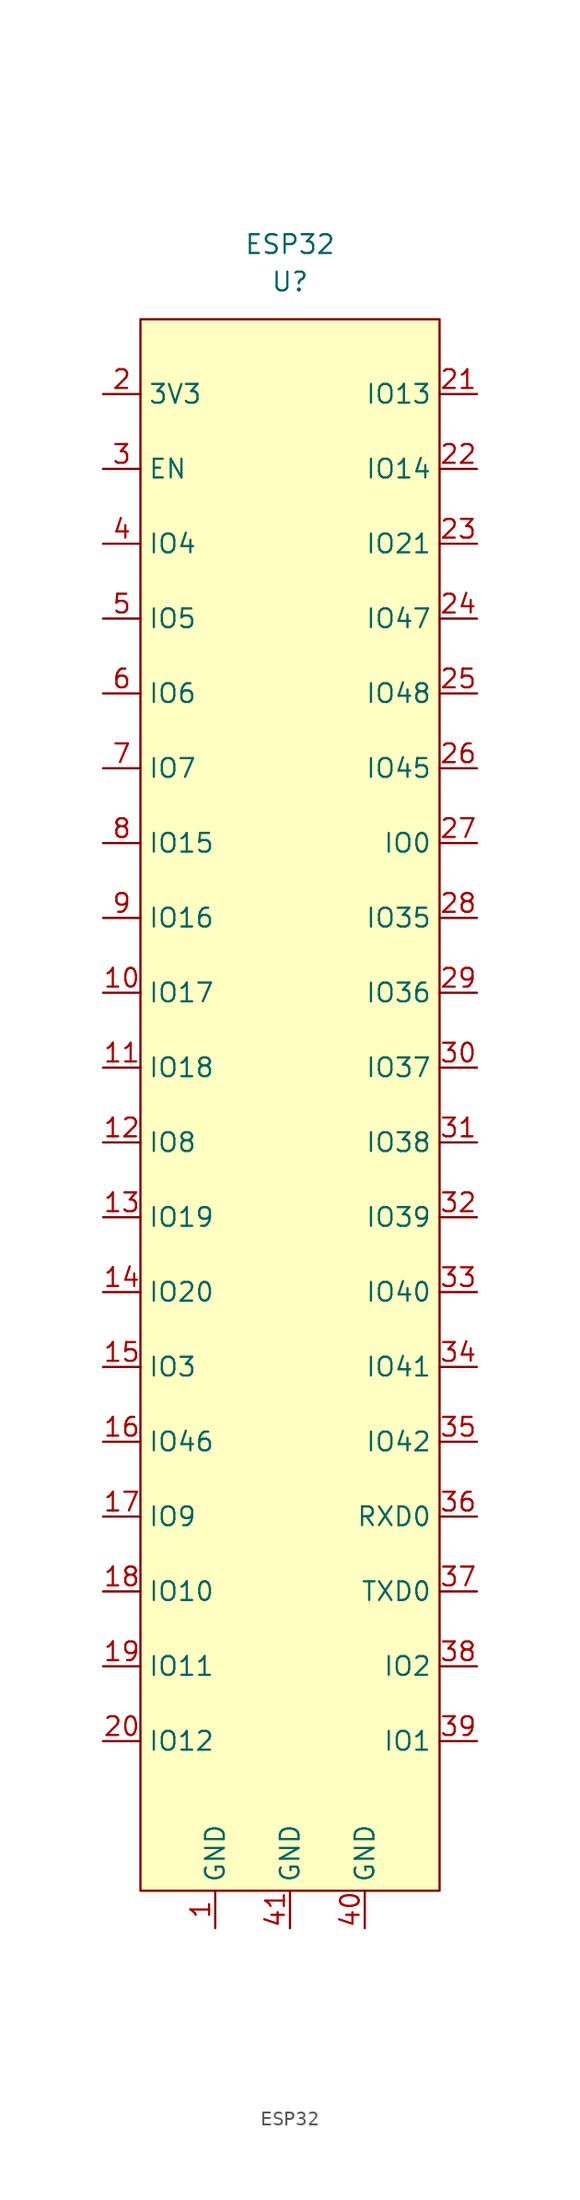
<source format=kicad_sym>
(kicad_symbol_lib
  (version 20210619)
  (generator kicad_symbol_editor)
  (symbol "HEKK:ESP32"
    (property "Reference" "U"
      (at 0 50.8 0)
      (effects (font (size 1.27 1.27))))
    (property "Value" "ESP32"
      (at 0 53.34 0)
      (effects (font (size 1.27 1.27))))
    (symbol "ESP32_0_1"
      (rectangle (start -10.16 48.26) (end 10.16 -58.42) (stroke (width 0.152)) (fill (type background))))
    (symbol "ESP32_1_1"
      (pin input line (at -5.08 -60.96 90) (length 2.54) (name "GND" (effects (font (size 1.27 1.27)))) (number "1" (effects (font (size 1.27 1.27)))))
      (pin input line (at -12.7 2.54 0) (length 2.54) (name "IO17" (effects (font (size 1.27 1.27)))) (number "10" (effects (font (size 1.27 1.27)))))
      (pin input line (at -12.7 -2.54 0) (length 2.54) (name "IO18" (effects (font (size 1.27 1.27)))) (number "11" (effects (font (size 1.27 1.27)))))
      (pin input line (at -12.7 -7.62 0) (length 2.54) (name "IO8" (effects (font (size 1.27 1.27)))) (number "12" (effects (font (size 1.27 1.27)))))
      (pin input line (at -12.7 -12.7 0) (length 2.54) (name "IO19" (effects (font (size 1.27 1.27)))) (number "13" (effects (font (size 1.27 1.27)))))
      (pin input line (at -12.7 -17.78 0) (length 2.54) (name "IO20" (effects (font (size 1.27 1.27)))) (number "14" (effects (font (size 1.27 1.27)))))
      (pin input line (at -12.7 -22.86 0) (length 2.54) (name "IO3" (effects (font (size 1.27 1.27)))) (number "15" (effects (font (size 1.27 1.27)))))
      (pin input line (at -12.7 -27.94 0) (length 2.54) (name "IO46" (effects (font (size 1.27 1.27)))) (number "16" (effects (font (size 1.27 1.27)))))
      (pin input line (at -12.7 -33.02 0) (length 2.54) (name "IO9" (effects (font (size 1.27 1.27)))) (number "17" (effects (font (size 1.27 1.27)))))
      (pin input line (at -12.7 -38.1 0) (length 2.54) (name "IO10" (effects (font (size 1.27 1.27)))) (number "18" (effects (font (size 1.27 1.27)))))
      (pin input line (at -12.7 -43.18 0) (length 2.54) (name "IO11" (effects (font (size 1.27 1.27)))) (number "19" (effects (font (size 1.27 1.27)))))
      (pin input line (at -12.7 43.18 0) (length 2.54) (name "3V3" (effects (font (size 1.27 1.27)))) (number "2" (effects (font (size 1.27 1.27)))))
      (pin input line (at -12.7 -48.26 0) (length 2.54) (name "IO12" (effects (font (size 1.27 1.27)))) (number "20" (effects (font (size 1.27 1.27)))))
      (pin input line (at 12.7 43.18 180) (length 2.54) (name "IO13" (effects (font (size 1.27 1.27)))) (number "21" (effects (font (size 1.27 1.27)))))
      (pin input line (at 12.7 38.1 180) (length 2.54) (name "IO14" (effects (font (size 1.27 1.27)))) (number "22" (effects (font (size 1.27 1.27)))))
      (pin input line (at 12.7 33.02 180) (length 2.54) (name "IO21" (effects (font (size 1.27 1.27)))) (number "23" (effects (font (size 1.27 1.27)))))
      (pin input line (at 12.7 27.94 180) (length 2.54) (name "IO47" (effects (font (size 1.27 1.27)))) (number "24" (effects (font (size 1.27 1.27)))))
      (pin input line (at 12.7 22.86 180) (length 2.54) (name "IO48" (effects (font (size 1.27 1.27)))) (number "25" (effects (font (size 1.27 1.27)))))
      (pin input line (at 12.7 17.78 180) (length 2.54) (name "IO45" (effects (font (size 1.27 1.27)))) (number "26" (effects (font (size 1.27 1.27)))))
      (pin input line (at 12.7 12.7 180) (length 2.54) (name "IO0" (effects (font (size 1.27 1.27)))) (number "27" (effects (font (size 1.27 1.27)))))
      (pin input line (at 12.7 7.62 180) (length 2.54) (name "IO35" (effects (font (size 1.27 1.27)))) (number "28" (effects (font (size 1.27 1.27)))))
      (pin input line (at 12.7 2.54 180) (length 2.54) (name "IO36" (effects (font (size 1.27 1.27)))) (number "29" (effects (font (size 1.27 1.27)))))
      (pin input line (at -12.7 38.1 0) (length 2.54) (name "EN" (effects (font (size 1.27 1.27)))) (number "3" (effects (font (size 1.27 1.27)))))
      (pin input line (at 12.7 -2.54 180) (length 2.54) (name "IO37" (effects (font (size 1.27 1.27)))) (number "30" (effects (font (size 1.27 1.27)))))
      (pin input line (at 12.7 -7.62 180) (length 2.54) (name "IO38" (effects (font (size 1.27 1.27)))) (number "31" (effects (font (size 1.27 1.27)))))
      (pin input line (at 12.7 -12.7 180) (length 2.54) (name "IO39" (effects (font (size 1.27 1.27)))) (number "32" (effects (font (size 1.27 1.27)))))
      (pin input line (at 12.7 -17.78 180) (length 2.54) (name "IO40" (effects (font (size 1.27 1.27)))) (number "33" (effects (font (size 1.27 1.27)))))
      (pin input line (at 12.7 -22.86 180) (length 2.54) (name "IO41" (effects (font (size 1.27 1.27)))) (number "34" (effects (font (size 1.27 1.27)))))
      (pin input line (at 12.7 -27.94 180) (length 2.54) (name "IO42" (effects (font (size 1.27 1.27)))) (number "35" (effects (font (size 1.27 1.27)))))
      (pin input line (at 12.7 -33.02 180) (length 2.54) (name "RXD0" (effects (font (size 1.27 1.27)))) (number "36" (effects (font (size 1.27 1.27)))))
      (pin input line (at 12.7 -38.1 180) (length 2.54) (name "TXD0" (effects (font (size 1.27 1.27)))) (number "37" (effects (font (size 1.27 1.27)))))
      (pin input line (at 12.7 -43.18 180) (length 2.54) (name "IO2" (effects (font (size 1.27 1.27)))) (number "38" (effects (font (size 1.27 1.27)))))
      (pin input line (at 12.7 -48.26 180) (length 2.54) (name "IO1" (effects (font (size 1.27 1.27)))) (number "39" (effects (font (size 1.27 1.27)))))
      (pin input line (at -12.7 33.02 0) (length 2.54) (name "IO4" (effects (font (size 1.27 1.27)))) (number "4" (effects (font (size 1.27 1.27)))))
      (pin input line (at 5.08 -60.96 90) (length 2.54) (name "GND" (effects (font (size 1.27 1.27)))) (number "40" (effects (font (size 1.27 1.27)))))
      (pin input line (at 0 -60.96 90) (length 2.54) (name "GND" (effects (font (size 1.27 1.27)))) (number "41" (effects (font (size 1.27 1.27)))))
      (pin input line (at -12.7 27.94 0) (length 2.54) (name "IO5" (effects (font (size 1.27 1.27)))) (number "5" (effects (font (size 1.27 1.27)))))
      (pin input line (at -12.7 22.86 0) (length 2.54) (name "IO6" (effects (font (size 1.27 1.27)))) (number "6" (effects (font (size 1.27 1.27)))))
      (pin input line (at -12.7 17.78 0) (length 2.54) (name "IO7" (effects (font (size 1.27 1.27)))) (number "7" (effects (font (size 1.27 1.27)))))
      (pin input line (at -12.7 12.7 0) (length 2.54) (name "IO15" (effects (font (size 1.27 1.27)))) (number "8" (effects (font (size 1.27 1.27)))))
      (pin input line (at -12.7 7.62 0) (length 2.54) (name "IO16" (effects (font (size 1.27 1.27)))) (number "9" (effects (font (size 1.27 1.27))))))))
</source>
